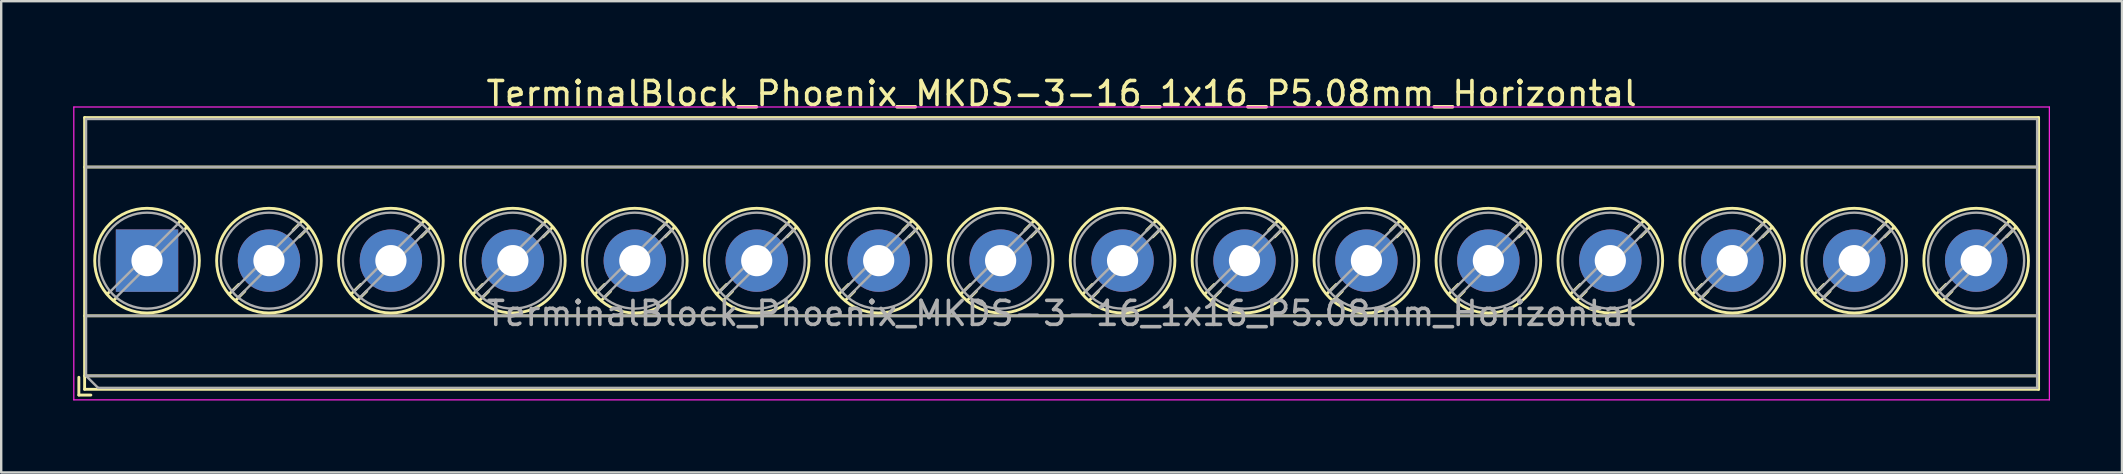
<source format=kicad_pcb>
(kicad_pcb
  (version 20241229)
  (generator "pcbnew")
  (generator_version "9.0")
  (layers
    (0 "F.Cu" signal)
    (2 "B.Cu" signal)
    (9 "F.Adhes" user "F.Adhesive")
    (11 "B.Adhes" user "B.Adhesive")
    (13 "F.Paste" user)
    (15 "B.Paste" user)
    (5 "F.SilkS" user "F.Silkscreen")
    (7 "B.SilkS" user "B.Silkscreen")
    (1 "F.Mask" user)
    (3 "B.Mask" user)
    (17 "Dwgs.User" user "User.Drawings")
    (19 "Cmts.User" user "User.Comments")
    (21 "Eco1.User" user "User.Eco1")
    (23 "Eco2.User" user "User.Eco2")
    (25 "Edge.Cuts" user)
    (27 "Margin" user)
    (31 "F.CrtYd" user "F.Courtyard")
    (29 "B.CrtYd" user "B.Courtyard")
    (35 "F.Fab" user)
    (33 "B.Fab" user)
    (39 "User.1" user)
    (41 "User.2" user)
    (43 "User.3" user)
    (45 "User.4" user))
  (footprint "TerminalBlock_Phoenix_MKDS-3-16_1x16_P5.08mm_Horizontal"
    (layer "F.Cu")
    (at 3.075 7.808)
    (property "Reference" "TerminalBlock_Phoenix_MKDS-3-16_1x16_P5.08mm_Horizontal" (at 38.1 -6.96 0) (layer "F.SilkS") (effects (font (size 1 1) (thickness 0.15))))
    (attr through_hole)
    (fp_line (start -2.84 4.86) (end -2.84 5.6) (stroke (width 0.12) (type solid)) (layer "F.SilkS"))
    (fp_line (start -2.84 5.6) (end -2.34 5.6) (stroke (width 0.12) (type solid)) (layer "F.SilkS"))
    (fp_line (start -2.6 -5.96) (end -2.6 5.36) (stroke (width 0.12) (type solid)) (layer "F.SilkS"))
    (fp_line (start -2.6 -5.96) (end 78.801 -5.96) (stroke (width 0.12) (type solid)) (layer "F.SilkS"))
    (fp_line (start -2.6 -3.9) (end 78.801 -3.9) (stroke (width 0.12) (type solid)) (layer "F.SilkS"))
    (fp_line (start -2.6 2.3) (end 78.801 2.3) (stroke (width 0.12) (type solid)) (layer "F.SilkS"))
    (fp_line (start -2.6 4.8) (end 78.801 4.8) (stroke (width 0.12) (type solid)) (layer "F.SilkS"))
    (fp_line (start -2.6 5.36) (end 78.801 5.36) (stroke (width 0.12) (type solid)) (layer "F.SilkS"))
    (fp_line (start -1.548 1.281) (end -1.654 1.388) (stroke (width 0.12) (type solid)) (layer "F.SilkS"))
    (fp_line (start -1.282 1.547) (end -1.388 1.654) (stroke (width 0.12) (type solid)) (layer "F.SilkS"))
    (fp_line (start 1.388 -1.654) (end 1.281 -1.547) (stroke (width 0.12) (type solid)) (layer "F.SilkS"))
    (fp_line (start 1.654 -1.388) (end 1.547 -1.281) (stroke (width 0.12) (type solid)) (layer "F.SilkS"))
    (fp_line (start 3.822 0.992) (end 3.427 1.388) (stroke (width 0.12) (type solid)) (layer "F.SilkS"))
    (fp_line (start 4.073 1.274) (end 3.693 1.654) (stroke (width 0.12) (type solid)) (layer "F.SilkS"))
    (fp_line (start 6.468 -1.654) (end 6.088 -1.274) (stroke (width 0.12) (type solid)) (layer "F.SilkS"))
    (fp_line (start 6.734 -1.388) (end 6.339 -0.992) (stroke (width 0.12) (type solid)) (layer "F.SilkS"))
    (fp_line (start 8.902 0.992) (end 8.507 1.388) (stroke (width 0.12) (type solid)) (layer "F.SilkS"))
    (fp_line (start 9.153 1.274) (end 8.773 1.654) (stroke (width 0.12) (type solid)) (layer "F.SilkS"))
    (fp_line (start 11.548 -1.654) (end 11.168 -1.274) (stroke (width 0.12) (type solid)) (layer "F.SilkS"))
    (fp_line (start 11.814 -1.388) (end 11.419 -0.992) (stroke (width 0.12) (type solid)) (layer "F.SilkS"))
    (fp_line (start 13.982 0.992) (end 13.587 1.388) (stroke (width 0.12) (type solid)) (layer "F.SilkS"))
    (fp_line (start 14.233 1.274) (end 13.853 1.654) (stroke (width 0.12) (type solid)) (layer "F.SilkS"))
    (fp_line (start 16.628 -1.654) (end 16.248 -1.274) (stroke (width 0.12) (type solid)) (layer "F.SilkS"))
    (fp_line (start 16.894 -1.388) (end 16.499 -0.992) (stroke (width 0.12) (type solid)) (layer "F.SilkS"))
    (fp_line (start 19.062 0.992) (end 18.667 1.388) (stroke (width 0.12) (type solid)) (layer "F.SilkS"))
    (fp_line (start 19.313 1.274) (end 18.933 1.654) (stroke (width 0.12) (type solid)) (layer "F.SilkS"))
    (fp_line (start 21.708 -1.654) (end 21.328 -1.274) (stroke (width 0.12) (type solid)) (layer "F.SilkS"))
    (fp_line (start 21.974 -1.388) (end 21.579 -0.992) (stroke (width 0.12) (type solid)) (layer "F.SilkS"))
    (fp_line (start 24.142 0.992) (end 23.747 1.388) (stroke (width 0.12) (type solid)) (layer "F.SilkS"))
    (fp_line (start 24.393 1.274) (end 24.013 1.654) (stroke (width 0.12) (type solid)) (layer "F.SilkS"))
    (fp_line (start 26.788 -1.654) (end 26.408 -1.274) (stroke (width 0.12) (type solid)) (layer "F.SilkS"))
    (fp_line (start 27.054 -1.388) (end 26.659 -0.992) (stroke (width 0.12) (type solid)) (layer "F.SilkS"))
    (fp_line (start 29.222 0.992) (end 28.827 1.388) (stroke (width 0.12) (type solid)) (layer "F.SilkS"))
    (fp_line (start 29.473 1.274) (end 29.093 1.654) (stroke (width 0.12) (type solid)) (layer "F.SilkS"))
    (fp_line (start 31.868 -1.654) (end 31.488 -1.274) (stroke (width 0.12) (type solid)) (layer "F.SilkS"))
    (fp_line (start 32.134 -1.388) (end 31.739 -0.992) (stroke (width 0.12) (type solid)) (layer "F.SilkS"))
    (fp_line (start 34.302 0.992) (end 33.907 1.388) (stroke (width 0.12) (type solid)) (layer "F.SilkS"))
    (fp_line (start 34.553 1.274) (end 34.173 1.654) (stroke (width 0.12) (type solid)) (layer "F.SilkS"))
    (fp_line (start 36.948 -1.654) (end 36.568 -1.274) (stroke (width 0.12) (type solid)) (layer "F.SilkS"))
    (fp_line (start 37.214 -1.388) (end 36.819 -0.992) (stroke (width 0.12) (type solid)) (layer "F.SilkS"))
    (fp_line (start 39.382 0.992) (end 38.987 1.388) (stroke (width 0.12) (type solid)) (layer "F.SilkS"))
    (fp_line (start 39.633 1.274) (end 39.253 1.654) (stroke (width 0.12) (type solid)) (layer "F.SilkS"))
    (fp_line (start 42.028 -1.654) (end 41.648 -1.274) (stroke (width 0.12) (type solid)) (layer "F.SilkS"))
    (fp_line (start 42.294 -1.388) (end 41.899 -0.992) (stroke (width 0.12) (type solid)) (layer "F.SilkS"))
    (fp_line (start 44.462 0.992) (end 44.067 1.388) (stroke (width 0.12) (type solid)) (layer "F.SilkS"))
    (fp_line (start 44.713 1.274) (end 44.333 1.654) (stroke (width 0.12) (type solid)) (layer "F.SilkS"))
    (fp_line (start 47.108 -1.654) (end 46.728 -1.274) (stroke (width 0.12) (type solid)) (layer "F.SilkS"))
    (fp_line (start 47.374 -1.388) (end 46.979 -0.992) (stroke (width 0.12) (type solid)) (layer "F.SilkS"))
    (fp_line (start 49.542 0.992) (end 49.147 1.388) (stroke (width 0.12) (type solid)) (layer "F.SilkS"))
    (fp_line (start 49.793 1.274) (end 49.413 1.654) (stroke (width 0.12) (type solid)) (layer "F.SilkS"))
    (fp_line (start 52.188 -1.654) (end 51.808 -1.274) (stroke (width 0.12) (type solid)) (layer "F.SilkS"))
    (fp_line (start 52.454 -1.388) (end 52.059 -0.992) (stroke (width 0.12) (type solid)) (layer "F.SilkS"))
    (fp_line (start 54.622 0.992) (end 54.227 1.388) (stroke (width 0.12) (type solid)) (layer "F.SilkS"))
    (fp_line (start 54.873 1.274) (end 54.493 1.654) (stroke (width 0.12) (type solid)) (layer "F.SilkS"))
    (fp_line (start 57.268 -1.654) (end 56.888 -1.274) (stroke (width 0.12) (type solid)) (layer "F.SilkS"))
    (fp_line (start 57.534 -1.388) (end 57.139 -0.992) (stroke (width 0.12) (type solid)) (layer "F.SilkS"))
    (fp_line (start 59.702 0.992) (end 59.307 1.388) (stroke (width 0.12) (type solid)) (layer "F.SilkS"))
    (fp_line (start 59.953 1.274) (end 59.573 1.654) (stroke (width 0.12) (type solid)) (layer "F.SilkS"))
    (fp_line (start 62.348 -1.654) (end 61.968 -1.274) (stroke (width 0.12) (type solid)) (layer "F.SilkS"))
    (fp_line (start 62.614 -1.388) (end 62.219 -0.992) (stroke (width 0.12) (type solid)) (layer "F.SilkS"))
    (fp_line (start 64.782 0.992) (end 64.387 1.388) (stroke (width 0.12) (type solid)) (layer "F.SilkS"))
    (fp_line (start 65.033 1.274) (end 64.653 1.654) (stroke (width 0.12) (type solid)) (layer "F.SilkS"))
    (fp_line (start 67.428 -1.654) (end 67.048 -1.274) (stroke (width 0.12) (type solid)) (layer "F.SilkS"))
    (fp_line (start 67.694 -1.388) (end 67.299 -0.992) (stroke (width 0.12) (type solid)) (layer "F.SilkS"))
    (fp_line (start 69.862 0.992) (end 69.467 1.388) (stroke (width 0.12) (type solid)) (layer "F.SilkS"))
    (fp_line (start 70.113 1.274) (end 69.733 1.654) (stroke (width 0.12) (type solid)) (layer "F.SilkS"))
    (fp_line (start 72.508 -1.654) (end 72.128 -1.274) (stroke (width 0.12) (type solid)) (layer "F.SilkS"))
    (fp_line (start 72.774 -1.388) (end 72.379 -0.992) (stroke (width 0.12) (type solid)) (layer "F.SilkS"))
    (fp_line (start 74.942 0.992) (end 74.547 1.388) (stroke (width 0.12) (type solid)) (layer "F.SilkS"))
    (fp_line (start 75.193 1.274) (end 74.813 1.654) (stroke (width 0.12) (type solid)) (layer "F.SilkS"))
    (fp_line (start 77.588 -1.654) (end 77.208 -1.274) (stroke (width 0.12) (type solid)) (layer "F.SilkS"))
    (fp_line (start 77.854 -1.388) (end 77.459 -0.992) (stroke (width 0.12) (type solid)) (layer "F.SilkS"))
    (fp_line (start 78.801 -5.96) (end 78.801 5.36) (stroke (width 0.12) (type solid)) (layer "F.SilkS"))
    (fp_circle (center 0 0) (end 2.18 0) (stroke (width 0.12) (type solid)) (fill no) (layer "F.SilkS"))
    (fp_circle (center 5.08 0) (end 7.26 0) (stroke (width 0.12) (type solid)) (fill no) (layer "F.SilkS"))
    (fp_circle (center 10.16 0) (end 12.34 0) (stroke (width 0.12) (type solid)) (fill no) (layer "F.SilkS"))
    (fp_circle (center 15.24 0) (end 17.42 0) (stroke (width 0.12) (type solid)) (fill no) (layer "F.SilkS"))
    (fp_circle (center 20.32 0) (end 22.5 0) (stroke (width 0.12) (type solid)) (fill no) (layer "F.SilkS"))
    (fp_circle (center 25.4 0) (end 27.58 0) (stroke (width 0.12) (type solid)) (fill no) (layer "F.SilkS"))
    (fp_circle (center 30.48 0) (end 32.66 0) (stroke (width 0.12) (type solid)) (fill no) (layer "F.SilkS"))
    (fp_circle (center 35.56 0) (end 37.74 0) (stroke (width 0.12) (type solid)) (fill no) (layer "F.SilkS"))
    (fp_circle (center 40.64 0) (end 42.82 0) (stroke (width 0.12) (type solid)) (fill no) (layer "F.SilkS"))
    (fp_circle (center 45.72 0) (end 47.9 0) (stroke (width 0.12) (type solid)) (fill no) (layer "F.SilkS"))
    (fp_circle (center 50.8 0) (end 52.98 0) (stroke (width 0.12) (type solid)) (fill no) (layer "F.SilkS"))
    (fp_circle (center 55.88 0) (end 58.06 0) (stroke (width 0.12) (type solid)) (fill no) (layer "F.SilkS"))
    (fp_circle (center 60.96 0) (end 63.14 0) (stroke (width 0.12) (type solid)) (fill no) (layer "F.SilkS"))
    (fp_circle (center 66.04 0) (end 68.22 0) (stroke (width 0.12) (type solid)) (fill no) (layer "F.SilkS"))
    (fp_circle (center 71.12 0) (end 73.3 0) (stroke (width 0.12) (type solid)) (fill no) (layer "F.SilkS"))
    (fp_circle (center 76.2 0) (end 78.38 0) (stroke (width 0.12) (type solid)) (fill no) (layer "F.SilkS"))
    (fp_line (start -3.05 -6.4) (end -3.05 5.8) (stroke (width 0.05) (type solid)) (layer "F.CrtYd"))
    (fp_line (start -3.05 5.8) (end 79.25 5.8) (stroke (width 0.05) (type solid)) (layer "F.CrtYd"))
    (fp_line (start 79.25 -6.4) (end -3.05 -6.4) (stroke (width 0.05) (type solid)) (layer "F.CrtYd"))
    (fp_line (start 79.25 5.8) (end 79.25 -6.4) (stroke (width 0.05) (type solid)) (layer "F.CrtYd"))
    (fp_line (start -2.54 -5.9) (end 78.74 -5.9) (stroke (width 0.1) (type solid)) (layer "F.Fab"))
    (fp_line (start -2.54 -3.9) (end 78.74 -3.9) (stroke (width 0.1) (type solid)) (layer "F.Fab"))
    (fp_line (start -2.54 2.3) (end 78.74 2.3) (stroke (width 0.1) (type solid)) (layer "F.Fab"))
    (fp_line (start -2.54 4.8) (end -2.54 -5.9) (stroke (width 0.1) (type solid)) (layer "F.Fab"))
    (fp_line (start -2.54 4.8) (end 78.74 4.8) (stroke (width 0.1) (type solid)) (layer "F.Fab"))
    (fp_line (start -2.04 5.3) (end -2.54 4.8) (stroke (width 0.1) (type solid)) (layer "F.Fab"))
    (fp_line (start 1.273 -1.517) (end -1.517 1.273) (stroke (width 0.1) (type solid)) (layer "F.Fab"))
    (fp_line (start 1.517 -1.273) (end -1.273 1.517) (stroke (width 0.1) (type solid)) (layer "F.Fab"))
    (fp_line (start 6.353 -1.517) (end 3.564 1.273) (stroke (width 0.1) (type solid)) (layer "F.Fab"))
    (fp_line (start 6.597 -1.273) (end 3.808 1.517) (stroke (width 0.1) (type solid)) (layer "F.Fab"))
    (fp_line (start 11.433 -1.517) (end 8.644 1.273) (stroke (width 0.1) (type solid)) (layer "F.Fab"))
    (fp_line (start 11.677 -1.273) (end 8.888 1.517) (stroke (width 0.1) (type solid)) (layer "F.Fab"))
    (fp_line (start 16.513 -1.517) (end 13.724 1.273) (stroke (width 0.1) (type solid)) (layer "F.Fab"))
    (fp_line (start 16.757 -1.273) (end 13.968 1.517) (stroke (width 0.1) (type solid)) (layer "F.Fab"))
    (fp_line (start 21.593 -1.517) (end 18.804 1.273) (stroke (width 0.1) (type solid)) (layer "F.Fab"))
    (fp_line (start 21.837 -1.273) (end 19.048 1.517) (stroke (width 0.1) (type solid)) (layer "F.Fab"))
    (fp_line (start 26.673 -1.517) (end 23.884 1.273) (stroke (width 0.1) (type solid)) (layer "F.Fab"))
    (fp_line (start 26.917 -1.273) (end 24.128 1.517) (stroke (width 0.1) (type solid)) (layer "F.Fab"))
    (fp_line (start 31.753 -1.517) (end 28.964 1.273) (stroke (width 0.1) (type solid)) (layer "F.Fab"))
    (fp_line (start 31.997 -1.273) (end 29.208 1.517) (stroke (width 0.1) (type solid)) (layer "F.Fab"))
    (fp_line (start 36.833 -1.517) (end 34.044 1.273) (stroke (width 0.1) (type solid)) (layer "F.Fab"))
    (fp_line (start 37.077 -1.273) (end 34.288 1.517) (stroke (width 0.1) (type solid)) (layer "F.Fab"))
    (fp_line (start 41.913 -1.517) (end 39.124 1.273) (stroke (width 0.1) (type solid)) (layer "F.Fab"))
    (fp_line (start 42.157 -1.273) (end 39.368 1.517) (stroke (width 0.1) (type solid)) (layer "F.Fab"))
    (fp_line (start 46.993 -1.517) (end 44.204 1.273) (stroke (width 0.1) (type solid)) (layer "F.Fab"))
    (fp_line (start 47.237 -1.273) (end 44.448 1.517) (stroke (width 0.1) (type solid)) (layer "F.Fab"))
    (fp_line (start 52.073 -1.517) (end 49.284 1.273) (stroke (width 0.1) (type solid)) (layer "F.Fab"))
    (fp_line (start 52.317 -1.273) (end 49.528 1.517) (stroke (width 0.1) (type solid)) (layer "F.Fab"))
    (fp_line (start 57.153 -1.517) (end 54.364 1.273) (stroke (width 0.1) (type solid)) (layer "F.Fab"))
    (fp_line (start 57.397 -1.273) (end 54.608 1.517) (stroke (width 0.1) (type solid)) (layer "F.Fab"))
    (fp_line (start 62.233 -1.517) (end 59.444 1.273) (stroke (width 0.1) (type solid)) (layer "F.Fab"))
    (fp_line (start 62.477 -1.273) (end 59.688 1.517) (stroke (width 0.1) (type solid)) (layer "F.Fab"))
    (fp_line (start 67.313 -1.517) (end 64.524 1.273) (stroke (width 0.1) (type solid)) (layer "F.Fab"))
    (fp_line (start 67.557 -1.273) (end 64.768 1.517) (stroke (width 0.1) (type solid)) (layer "F.Fab"))
    (fp_line (start 72.393 -1.517) (end 69.604 1.273) (stroke (width 0.1) (type solid)) (layer "F.Fab"))
    (fp_line (start 72.637 -1.273) (end 69.848 1.517) (stroke (width 0.1) (type solid)) (layer "F.Fab"))
    (fp_line (start 77.473 -1.517) (end 74.684 1.273) (stroke (width 0.1) (type solid)) (layer "F.Fab"))
    (fp_line (start 77.717 -1.273) (end 74.928 1.517) (stroke (width 0.1) (type solid)) (layer "F.Fab"))
    (fp_line (start 78.74 -5.9) (end 78.74 5.3) (stroke (width 0.1) (type solid)) (layer "F.Fab"))
    (fp_line (start 78.74 5.3) (end -2.04 5.3) (stroke (width 0.1) (type solid)) (layer "F.Fab"))
    (fp_circle (center 0 0) (end 2 0) (stroke (width 0.1) (type solid)) (fill no) (layer "F.Fab"))
    (fp_circle (center 5.08 0) (end 7.08 0) (stroke (width 0.1) (type solid)) (fill no) (layer "F.Fab"))
    (fp_circle (center 10.16 0) (end 12.16 0) (stroke (width 0.1) (type solid)) (fill no) (layer "F.Fab"))
    (fp_circle (center 15.24 0) (end 17.24 0) (stroke (width 0.1) (type solid)) (fill no) (layer "F.Fab"))
    (fp_circle (center 20.32 0) (end 22.32 0) (stroke (width 0.1) (type solid)) (fill no) (layer "F.Fab"))
    (fp_circle (center 25.4 0) (end 27.4 0) (stroke (width 0.1) (type solid)) (fill no) (layer "F.Fab"))
    (fp_circle (center 30.48 0) (end 32.48 0) (stroke (width 0.1) (type solid)) (fill no) (layer "F.Fab"))
    (fp_circle (center 35.56 0) (end 37.56 0) (stroke (width 0.1) (type solid)) (fill no) (layer "F.Fab"))
    (fp_circle (center 40.64 0) (end 42.64 0) (stroke (width 0.1) (type solid)) (fill no) (layer "F.Fab"))
    (fp_circle (center 45.72 0) (end 47.72 0) (stroke (width 0.1) (type solid)) (fill no) (layer "F.Fab"))
    (fp_circle (center 50.8 0) (end 52.8 0) (stroke (width 0.1) (type solid)) (fill no) (layer "F.Fab"))
    (fp_circle (center 55.88 0) (end 57.88 0) (stroke (width 0.1) (type solid)) (fill no) (layer "F.Fab"))
    (fp_circle (center 60.96 0) (end 62.96 0) (stroke (width 0.1) (type solid)) (fill no) (layer "F.Fab"))
    (fp_circle (center 66.04 0) (end 68.04 0) (stroke (width 0.1) (type solid)) (fill no) (layer "F.Fab"))
    (fp_circle (center 71.12 0) (end 73.12 0) (stroke (width 0.1) (type solid)) (fill no) (layer "F.Fab"))
    (fp_circle (center 76.2 0) (end 78.2 0) (stroke (width 0.1) (type solid)) (fill no) (layer "F.Fab"))
    (fp_text user "${REFERENCE}" (at 38.1 2.2 0) (layer "F.Fab") (effects (font (size 1 1) (thickness 0.15))))
    (pad "1" thru_hole rect (at 0 0) (size 2.6 2.6) (drill 1.3) (layers "*.Cu" "*.Mask"))
    (pad "2" thru_hole circle (at 5.08 0) (size 2.6 2.6) (drill 1.3) (layers "*.Cu" "*.Mask"))
    (pad "3" thru_hole circle (at 10.16 0) (size 2.6 2.6) (drill 1.3) (layers "*.Cu" "*.Mask"))
    (pad "4" thru_hole circle (at 15.24 0) (size 2.6 2.6) (drill 1.3) (layers "*.Cu" "*.Mask"))
    (pad "5" thru_hole circle (at 20.32 0) (size 2.6 2.6) (drill 1.3) (layers "*.Cu" "*.Mask"))
    (pad "6" thru_hole circle (at 25.4 0) (size 2.6 2.6) (drill 1.3) (layers "*.Cu" "*.Mask"))
    (pad "7" thru_hole circle (at 30.48 0) (size 2.6 2.6) (drill 1.3) (layers "*.Cu" "*.Mask"))
    (pad "8" thru_hole circle (at 35.56 0) (size 2.6 2.6) (drill 1.3) (layers "*.Cu" "*.Mask"))
    (pad "9" thru_hole circle (at 40.64 0) (size 2.6 2.6) (drill 1.3) (layers "*.Cu" "*.Mask"))
    (pad "10" thru_hole circle (at 45.72 0) (size 2.6 2.6) (drill 1.3) (layers "*.Cu" "*.Mask"))
    (pad "11" thru_hole circle (at 50.8 0) (size 2.6 2.6) (drill 1.3) (layers "*.Cu" "*.Mask"))
    (pad "12" thru_hole circle (at 55.88 0) (size 2.6 2.6) (drill 1.3) (layers "*.Cu" "*.Mask"))
    (pad "13" thru_hole circle (at 60.96 0) (size 2.6 2.6) (drill 1.3) (layers "*.Cu" "*.Mask"))
    (pad "14" thru_hole circle (at 66.04 0) (size 2.6 2.6) (drill 1.3) (layers "*.Cu" "*.Mask"))
    (pad "15" thru_hole circle (at 71.12 0) (size 2.6 2.6) (drill 1.3) (layers "*.Cu" "*.Mask"))
    (pad "16" thru_hole circle (at 76.2 0) (size 2.6 2.6) (drill 1.3) (layers "*.Cu" "*.Mask")))
  (gr_rect
    (start -3 -3)
    (end 85.35 16.633)
    (stroke (width 0.1) (type default))
    (fill no)
    (layer "Edge.Cuts")))
</source>
